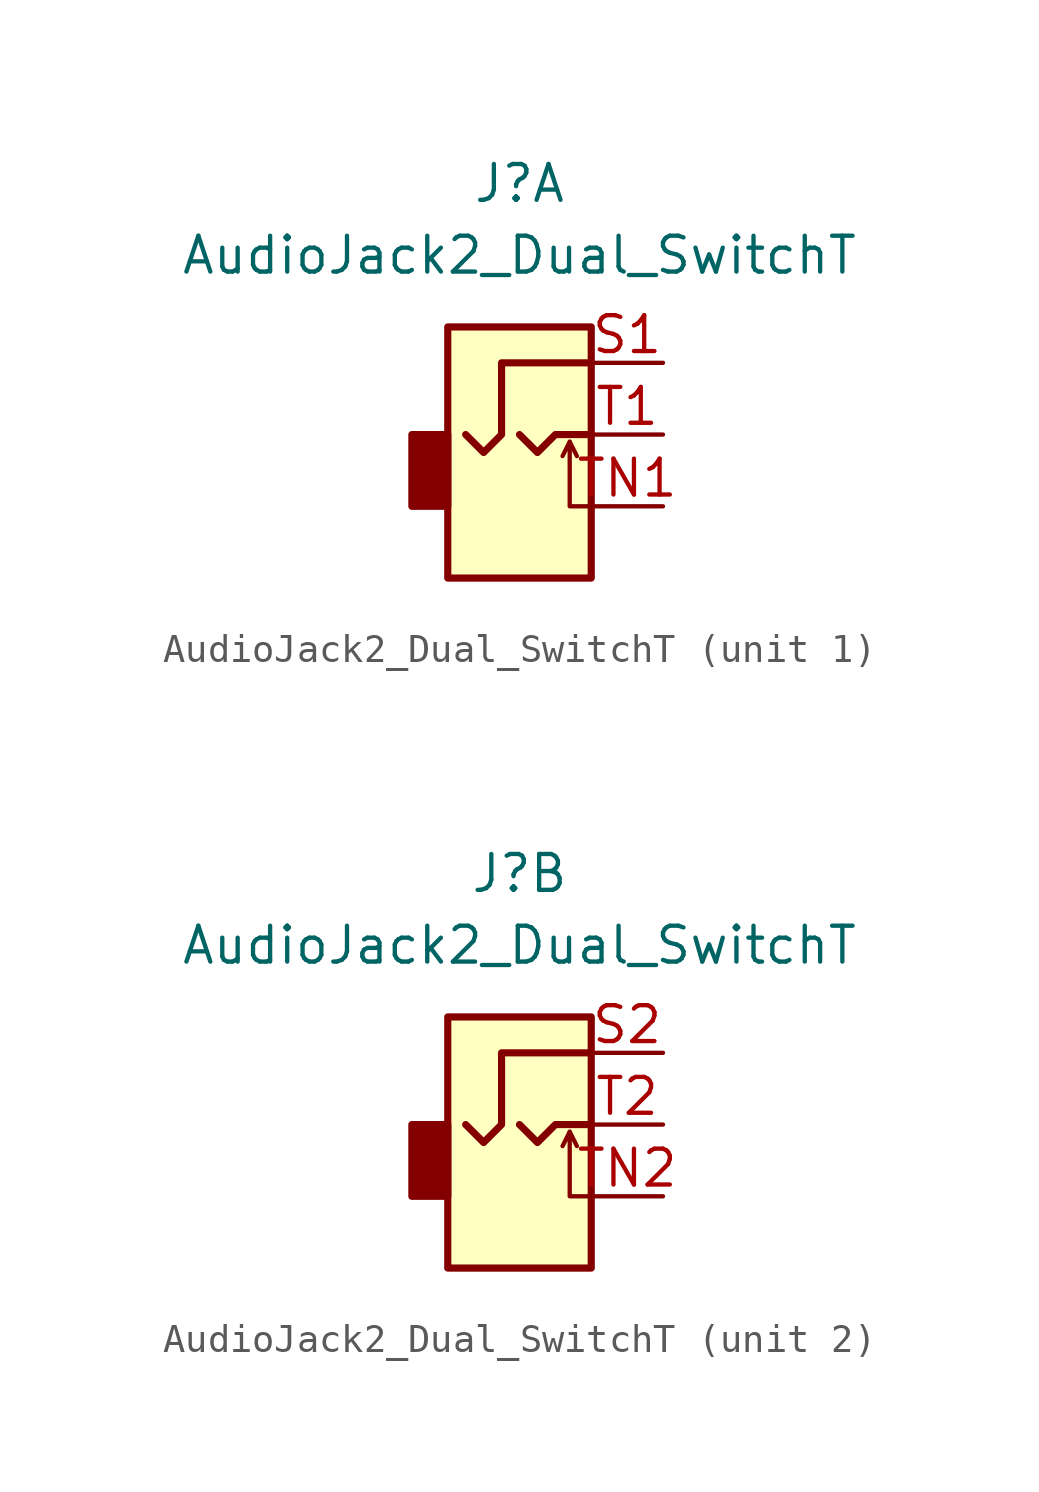
<source format=kicad_sym>
(kicad_symbol_lib
  (version 20220914)
  (generator kicad_symbol_editor)
  (symbol "AudioJack2_Dual_SwitchT"
    (property "Reference" "J"
      (at 0 8.89 0)
      (effects (font (size 1.27 1.27))))
    (property "Value" "AudioJack2_Dual_SwitchT"
      (at 0 6.35 0)
      (effects (font (size 1.27 1.27))))
    (symbol "AudioJack2_Dual_SwitchT_0_1"
      (rectangle (start -2.54 0) (end -3.81 -2.54) (stroke (width 0.254) (type default)) (fill (type outline)))
      (polyline (pts (xy 1.778 -0.254) (xy 2.032 -0.762)) (stroke (width 0) (type default)) (fill (type none)))
      (polyline (pts (xy 0 0) (xy 0.635 -0.635) (xy 1.27 0) (xy 2.54 0)) (stroke (width 0.254) (type default)) (fill (type none)))
      (polyline (pts (xy 2.54 -2.54) (xy 1.778 -2.54) (xy 1.778 -0.254) (xy 1.524 -0.762)) (stroke (width 0) (type default)) (fill (type none)))
      (polyline (pts (xy 2.54 2.54) (xy -0.635 2.54) (xy -0.635 0) (xy -1.27 -0.635) (xy -1.905 0)) (stroke (width 0.254) (type default)) (fill (type none)))
      (rectangle (start 2.54 3.81) (end -2.54 -5.08) (stroke (width 0.254) (type default)) (fill (type background))))
    (symbol "AudioJack2_Dual_SwitchT_1_1"
      (pin passive line (at 5.08 2.54 180) (length 2.54) (name "~" (effects (font (size 1.27 1.27)))) (number "S1" (effects (font (size 1.27 1.27)))))
      (pin passive line (at 5.08 0 180) (length 2.54) (name "~" (effects (font (size 1.27 1.27)))) (number "T1" (effects (font (size 1.27 1.27)))))
      (pin passive line (at 5.08 -2.54 180) (length 2.54) (name "~" (effects (font (size 1.27 1.27)))) (number "TN1" (effects (font (size 1.27 1.27))))))
    (symbol "AudioJack2_Dual_SwitchT_2_1"
      (pin passive line (at 5.08 2.54 180) (length 2.54) (name "~" (effects (font (size 1.27 1.27)))) (number "S2" (effects (font (size 1.27 1.27)))))
      (pin passive line (at 5.08 0 180) (length 2.54) (name "~" (effects (font (size 1.27 1.27)))) (number "T2" (effects (font (size 1.27 1.27)))))
      (pin passive line (at 5.08 -2.54 180) (length 2.54) (name "~" (effects (font (size 1.27 1.27)))) (number "TN2" (effects (font (size 1.27 1.27))))))))
</source>
